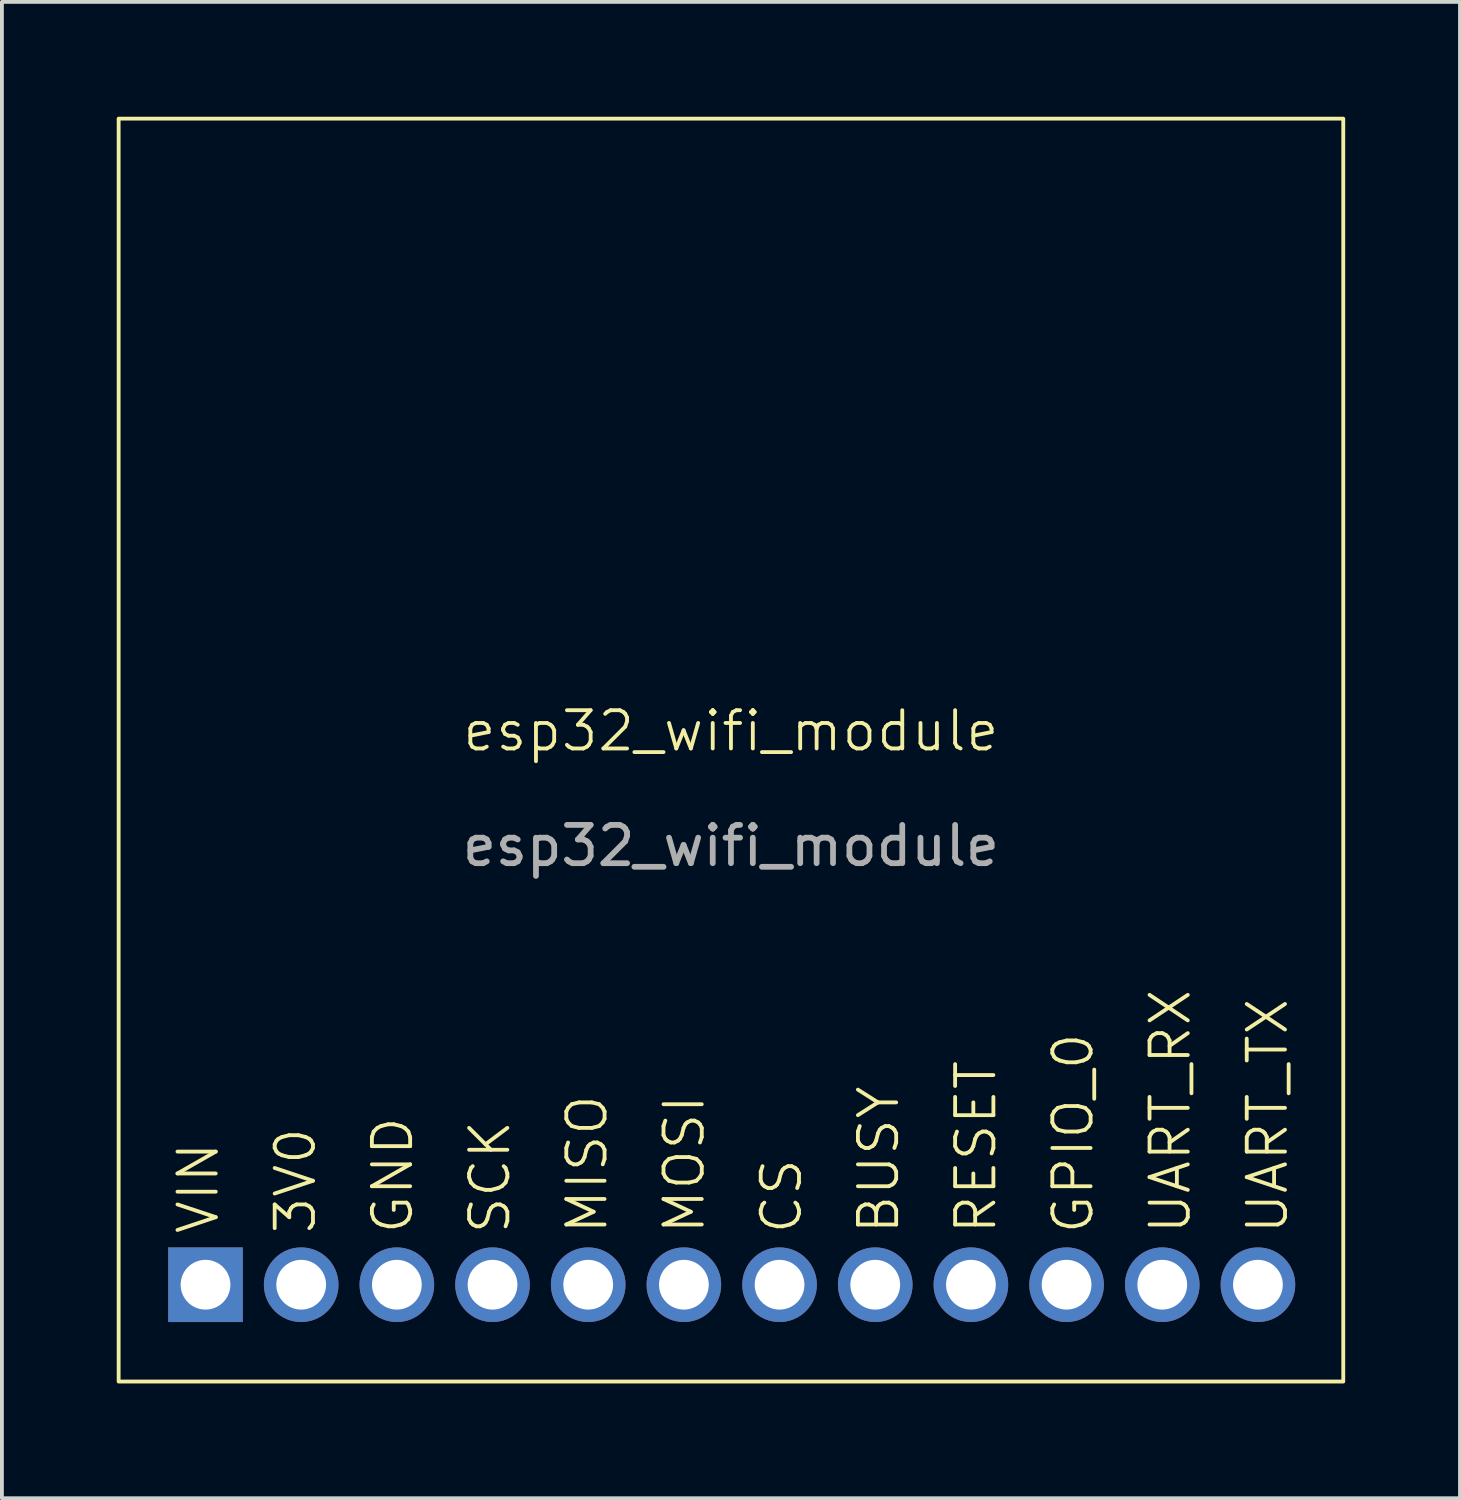
<source format=kicad_pcb>
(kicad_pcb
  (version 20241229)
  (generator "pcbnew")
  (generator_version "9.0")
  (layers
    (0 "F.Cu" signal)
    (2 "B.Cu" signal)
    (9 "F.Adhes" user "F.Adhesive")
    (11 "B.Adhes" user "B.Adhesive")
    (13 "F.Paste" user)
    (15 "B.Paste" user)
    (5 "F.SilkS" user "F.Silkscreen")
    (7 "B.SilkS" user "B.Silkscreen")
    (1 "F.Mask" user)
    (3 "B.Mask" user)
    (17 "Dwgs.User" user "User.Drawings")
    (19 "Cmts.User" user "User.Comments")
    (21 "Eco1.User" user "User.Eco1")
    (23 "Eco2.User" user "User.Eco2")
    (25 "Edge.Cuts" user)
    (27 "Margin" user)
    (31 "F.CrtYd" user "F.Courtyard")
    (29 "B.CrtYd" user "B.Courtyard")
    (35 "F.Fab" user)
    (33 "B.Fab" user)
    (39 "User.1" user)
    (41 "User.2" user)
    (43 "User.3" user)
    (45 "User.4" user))
  (footprint "esp32_wifi_module"
    (layer "F.Cu")
    (at 16.05 16.55)
    (property "Reference" "esp32_wifi_module" (at 0 -0.5 0) (unlocked yes) (layer "F.SilkS") (effects (font (size 1 1) (thickness 0.1))))
    (attr smd)
    (fp_rect (start -16 -16.5) (end 16 16.5) (stroke (width 0.1) (type solid)) (fill no) (layer "F.SilkS"))
    (fp_text user "SCK" (at -5.715 12.7 90) (unlocked yes) (layer "F.SilkS") (effects (font (size 1 1) (thickness 0.1)) (justify left bottom)))
    (fp_text user "UART_TX" (at 14.605 12.7 90) (unlocked yes) (layer "F.SilkS") (effects (font (size 1 1) (thickness 0.1)) (justify left bottom)))
    (fp_text user "GPIO_0" (at 9.525 12.7 90) (unlocked yes) (layer "F.SilkS") (effects (font (size 1 1) (thickness 0.1)) (justify left bottom)))
    (fp_text user "VIN" (at -13.335 12.7 90) (unlocked yes) (layer "F.SilkS") (effects (font (size 1 1) (thickness 0.1)) (justify left bottom)))
    (fp_text user "RESET" (at 6.985 12.7 90) (unlocked yes) (layer "F.SilkS") (effects (font (size 1 1) (thickness 0.1)) (justify left bottom)))
    (fp_text user "UART_RX" (at 12.065 12.7 90) (unlocked yes) (layer "F.SilkS") (effects (font (size 1 1) (thickness 0.1)) (justify left bottom)))
    (fp_text user "3V0" (at -10.795 12.7 90) (unlocked yes) (layer "F.SilkS") (effects (font (size 1 1) (thickness 0.1)) (justify left bottom)))
    (fp_text user "GND" (at -8.255 12.7 90) (unlocked yes) (layer "F.SilkS") (effects (font (size 1 1) (thickness 0.1)) (justify left bottom)))
    (fp_text user "BUSY" (at 4.445 12.7 90) (unlocked yes) (layer "F.SilkS") (effects (font (size 1 1) (thickness 0.1)) (justify left bottom)))
    (fp_text user "MOSI" (at -0.635 12.7 90) (unlocked yes) (layer "F.SilkS") (effects (font (size 1 1) (thickness 0.1)) (justify left bottom)))
    (fp_text user "CS" (at 1.905 12.7 90) (unlocked yes) (layer "F.SilkS") (effects (font (size 1 1) (thickness 0.1)) (justify left bottom)))
    (fp_text user "MISO" (at -3.175 12.7 90) (unlocked yes) (layer "F.SilkS") (effects (font (size 1 1) (thickness 0.1)) (justify left bottom)))
    (fp_text user "${REFERENCE}" (at 0 2.5 0) (unlocked yes) (layer "F.Fab") (effects (font (size 1 1) (thickness 0.15))))
    (pad "1" thru_hole rect (at -13.73 13.97) (size 1.95 1.95) (drill 1.3) (layers "*.Cu" "*.Mask"))
    (pad "2" thru_hole circle (at -11.23 13.97) (size 1.95 1.95) (drill 1.3) (layers "*.Cu" "*.Mask"))
    (pad "3" thru_hole circle (at -8.73 13.97) (size 1.95 1.95) (drill 1.3) (layers "*.Cu" "*.Mask"))
    (pad "4" thru_hole circle (at -6.23 13.97) (size 1.95 1.95) (drill 1.3) (layers "*.Cu" "*.Mask"))
    (pad "5" thru_hole circle (at -3.73 13.97) (size 1.95 1.95) (drill 1.3) (layers "*.Cu" "*.Mask"))
    (pad "6" thru_hole circle (at -1.23 13.97) (size 1.95 1.95) (drill 1.3) (layers "*.Cu" "*.Mask"))
    (pad "7" thru_hole circle (at 1.27 13.97) (size 1.95 1.95) (drill 1.3) (layers "*.Cu" "*.Mask"))
    (pad "8" thru_hole circle (at 3.77 13.97) (size 1.95 1.95) (drill 1.3) (layers "*.Cu" "*.Mask"))
    (pad "9" thru_hole circle (at 6.27 13.97) (size 1.95 1.95) (drill 1.3) (layers "*.Cu" "*.Mask"))
    (pad "10" thru_hole circle (at 8.77 13.97) (size 1.95 1.95) (drill 1.3) (layers "*.Cu" "*.Mask"))
    (pad "11" thru_hole circle (at 11.27 13.97) (size 1.95 1.95) (drill 1.3) (layers "*.Cu" "*.Mask"))
    (pad "12" thru_hole circle (at 13.77 13.97) (size 1.95 1.95) (drill 1.3) (layers "*.Cu" "*.Mask")))
  (gr_rect
    (start -3 -3)
    (end 35.1 36.1)
    (stroke (width 0.1) (type default))
    (fill no)
    (layer "Edge.Cuts")))
</source>
